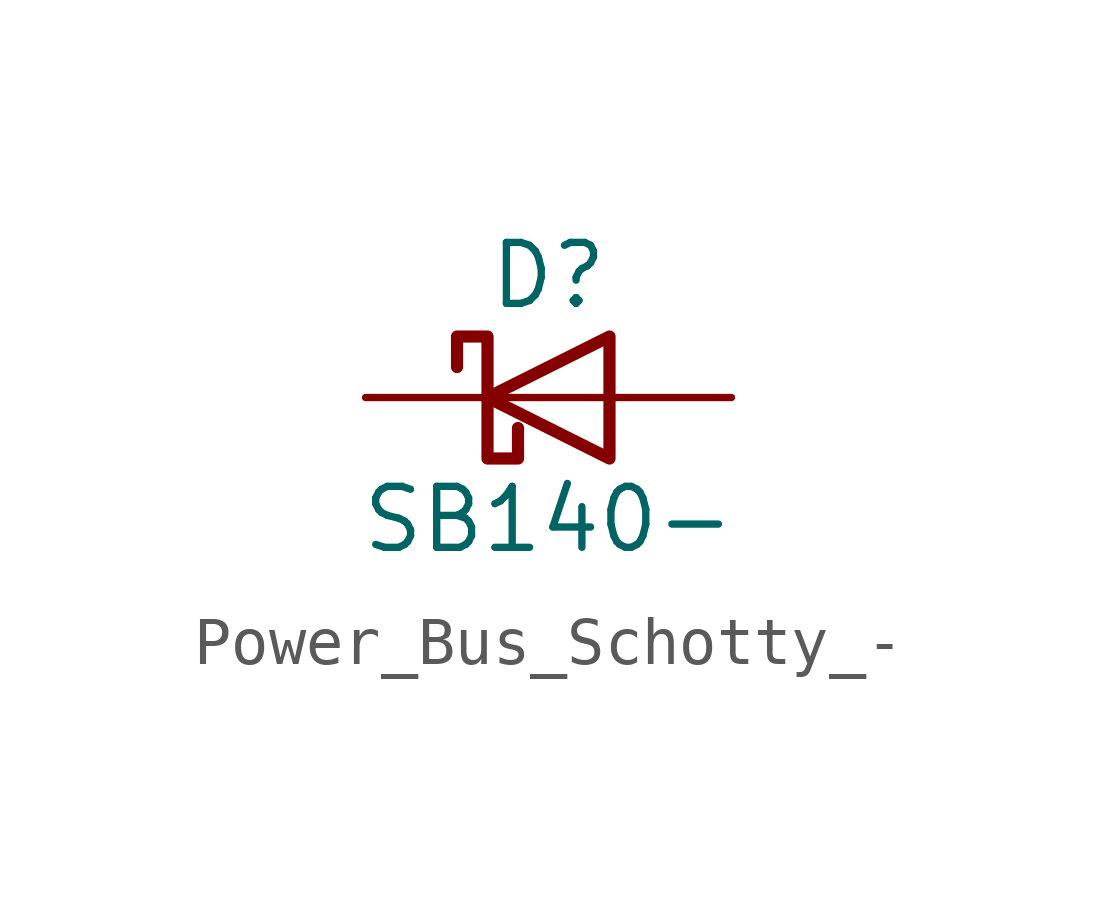
<source format=kicad_sym>
(kicad_symbol_lib
  (version 20231120)
  (generator "kicad_symbol_editor")
  (generator_version "8.0")
  (symbol "Power_Bus_Schotty_-"
    (pin_numbers hide)
    (pin_names
      (offset 1.016) hide)
    (property "Reference" "D"
      (at 0 2.54 0)
      (effects (font (size 1.27 1.27))))
    (property "Value" "SB140-"
      (at 0 -2.54 0)
      (effects (font (size 1.27 1.27))))
    (symbol "Power_Bus_Schotty_-_0_1"
      (polyline (pts (xy 1.27 0) (xy -1.27 0)) (stroke (width 0) (type default)) (fill (type none)))
      (polyline (pts (xy 1.27 1.27) (xy 1.27 -1.27) (xy -1.27 0) (xy 1.27 1.27)) (stroke (width 0.254) (type default)) (fill (type none)))
      (polyline (pts (xy -1.905 0.635) (xy -1.905 1.27) (xy -1.27 1.27) (xy -1.27 -1.27) (xy -0.635 -1.27) (xy -0.635 -0.635)) (stroke (width 0.254) (type default)) (fill (type none))))
    (symbol "Power_Bus_Schotty_-_1_1"
      (pin power_in line (at -3.81 0 0) (length 2.54) (name "K" (effects (font (size 1.27 1.27)))) (number "1" (effects (font (size 1.27 1.27)))))
      (pin power_out line (at 3.81 0 180) (length 2.54) (name "A" (effects (font (size 1.27 1.27)))) (number "2" (effects (font (size 1.27 1.27))))))))
</source>
